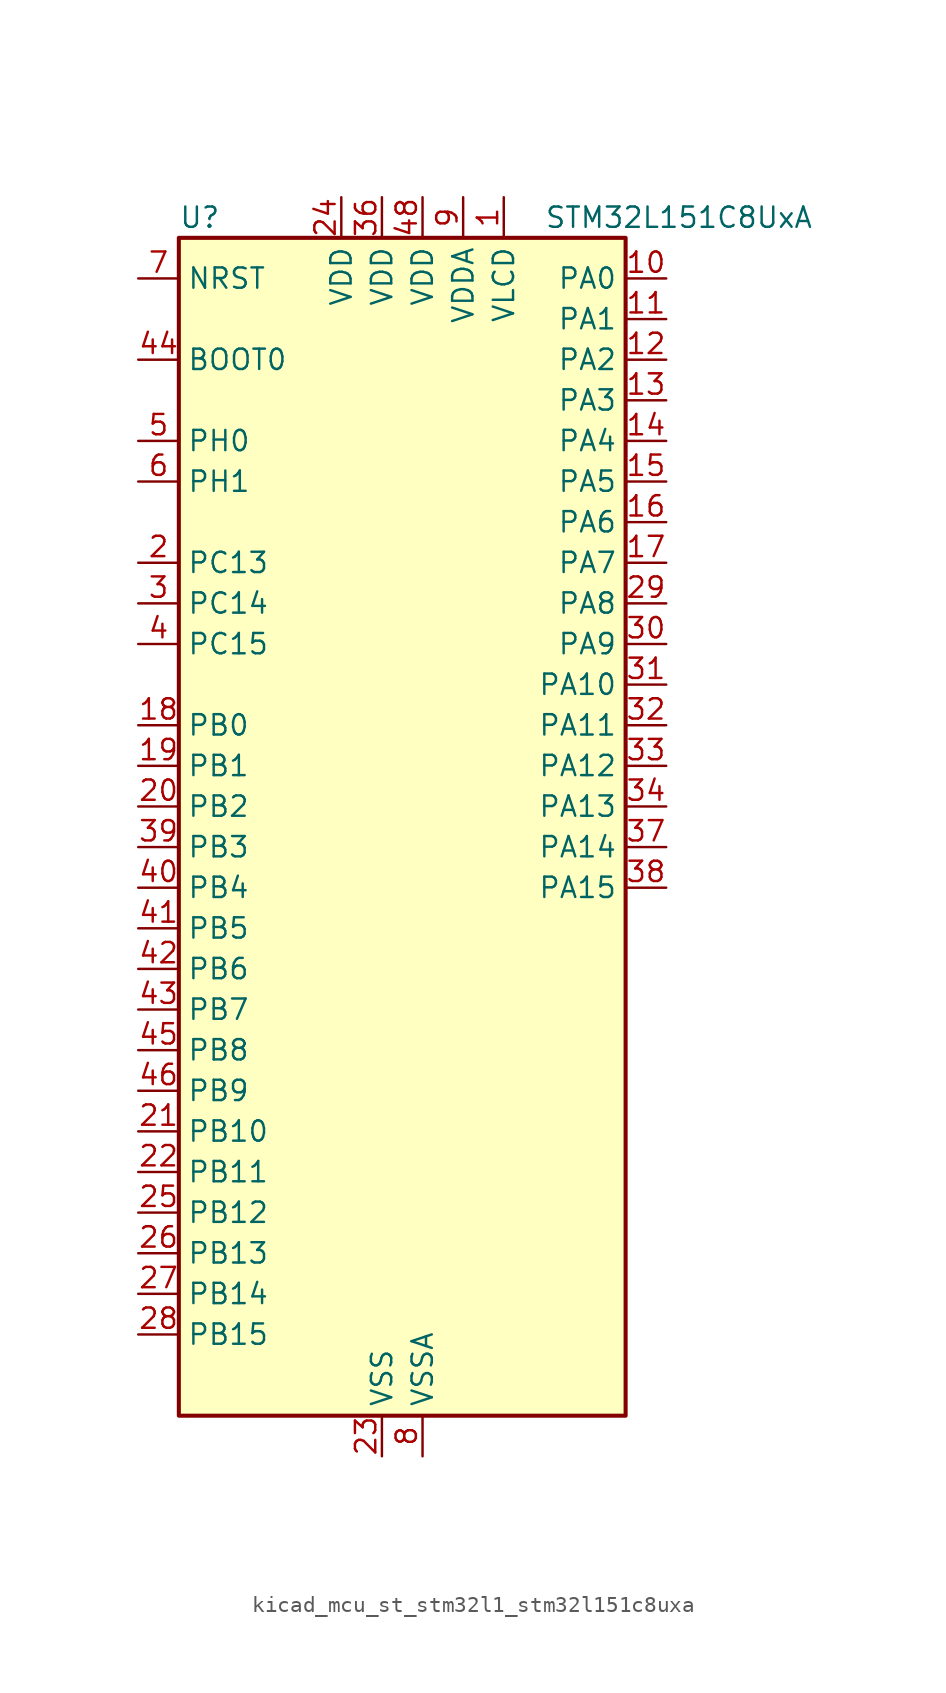
<source format=kicad_sym>
(kicad_symbol_lib
  (version 20220914)
  (generator kicad_symbol_editor)
  (symbol "kicad_mcu_st_stm32l1_stm32l151c8uxa"
    (property "Reference" "U"
      (at -12.7 39.37 0)
      (effects (font (size 1.27 1.27)) (justify left)))
    (property "Value" "STM32L151C8UxA"
      (at 10.16 39.37 0)
      (effects (font (size 1.27 1.27)) (justify left)))
    (property "ki_locked" ""
      (at 0 0 0)
      (effects (font (size 1.27 1.27))))
    (symbol "kicad_mcu_st_stm32l1_stm32l151c8uxa_0_1"
      (rectangle (start -12.7 -35.56) (end 15.24 38.1) (stroke (width 0.254) (type default)) (fill (type background))))
    (symbol "kicad_mcu_st_stm32l1_stm32l151c8uxa_1_1"
      (pin power_in line (at 7.62 40.64 270) (length 2.54) (name "VLCD" (effects (font (size 1.27 1.27)))) (number "1" (effects (font (size 1.27 1.27)))))
      (pin bidirectional line (at 17.78 35.56 180) (length 2.54) (name "PA0" (effects (font (size 1.27 1.27)))) (number "10" (effects (font (size 1.27 1.27)))) (alternate "ADC_IN0" bidirectional line) (alternate "COMP1_INP" bidirectional line) (alternate "RTC_TAMP2" bidirectional line) (alternate "SYS_WKUP1" bidirectional line) (alternate "TIM2_CH1" bidirectional line) (alternate "TIM2_ETR" bidirectional line) (alternate "TIMX_IC1" bidirectional line) (alternate "TS_G1_IO1" bidirectional line) (alternate "USART2_CTS" bidirectional line))
      (pin bidirectional line (at 17.78 33.02 180) (length 2.54) (name "PA1" (effects (font (size 1.27 1.27)))) (number "11" (effects (font (size 1.27 1.27)))) (alternate "ADC_IN1" bidirectional line) (alternate "COMP1_INP" bidirectional line) (alternate "TIM2_CH2" bidirectional line) (alternate "TIMX_IC2" bidirectional line) (alternate "TS_G1_IO2" bidirectional line) (alternate "USART2_RTS" bidirectional line))
      (pin bidirectional line (at 17.78 30.48 180) (length 2.54) (name "PA2" (effects (font (size 1.27 1.27)))) (number "12" (effects (font (size 1.27 1.27)))) (alternate "ADC_IN2" bidirectional line) (alternate "COMP1_INP" bidirectional line) (alternate "TIM2_CH3" bidirectional line) (alternate "TIM9_CH1" bidirectional line) (alternate "TIMX_IC3" bidirectional line) (alternate "TS_G1_IO3" bidirectional line) (alternate "USART2_TX" bidirectional line))
      (pin bidirectional line (at 17.78 27.94 180) (length 2.54) (name "PA3" (effects (font (size 1.27 1.27)))) (number "13" (effects (font (size 1.27 1.27)))) (alternate "ADC_IN3" bidirectional line) (alternate "COMP1_INP" bidirectional line) (alternate "TIM2_CH4" bidirectional line) (alternate "TIM9_CH2" bidirectional line) (alternate "TIMX_IC4" bidirectional line) (alternate "TS_G1_IO4" bidirectional line) (alternate "USART2_RX" bidirectional line))
      (pin bidirectional line (at 17.78 25.4 180) (length 2.54) (name "PA4" (effects (font (size 1.27 1.27)))) (number "14" (effects (font (size 1.27 1.27)))) (alternate "ADC_IN4" bidirectional line) (alternate "COMP1_INP" bidirectional line) (alternate "DAC_OUT1" bidirectional line) (alternate "SPI1_NSS" bidirectional line) (alternate "TIMX_IC1" bidirectional line) (alternate "USART2_CK" bidirectional line))
      (pin bidirectional line (at 17.78 22.86 180) (length 2.54) (name "PA5" (effects (font (size 1.27 1.27)))) (number "15" (effects (font (size 1.27 1.27)))) (alternate "ADC_IN5" bidirectional line) (alternate "COMP1_INP" bidirectional line) (alternate "DAC_OUT2" bidirectional line) (alternate "SPI1_SCK" bidirectional line) (alternate "TIM2_CH1" bidirectional line) (alternate "TIM2_ETR" bidirectional line) (alternate "TIMX_IC2" bidirectional line))
      (pin bidirectional line (at 17.78 20.32 180) (length 2.54) (name "PA6" (effects (font (size 1.27 1.27)))) (number "16" (effects (font (size 1.27 1.27)))) (alternate "ADC_IN6" bidirectional line) (alternate "COMP1_INP" bidirectional line) (alternate "SPI1_MISO" bidirectional line) (alternate "TIM10_CH1" bidirectional line) (alternate "TIM3_CH1" bidirectional line) (alternate "TIMX_IC3" bidirectional line) (alternate "TS_G2_IO1" bidirectional line))
      (pin bidirectional line (at 17.78 17.78 180) (length 2.54) (name "PA7" (effects (font (size 1.27 1.27)))) (number "17" (effects (font (size 1.27 1.27)))) (alternate "ADC_IN7" bidirectional line) (alternate "COMP1_INP" bidirectional line) (alternate "SPI1_MOSI" bidirectional line) (alternate "TIM11_CH1" bidirectional line) (alternate "TIM3_CH2" bidirectional line) (alternate "TIMX_IC4" bidirectional line) (alternate "TS_G2_IO2" bidirectional line))
      (pin bidirectional line (at -15.24 7.62 0) (length 2.54) (name "PB0" (effects (font (size 1.27 1.27)))) (number "18" (effects (font (size 1.27 1.27)))) (alternate "ADC_IN8" bidirectional line) (alternate "COMP1_INP" bidirectional line) (alternate "SYS_V_REF_OUT" bidirectional line) (alternate "TIM3_CH3" bidirectional line) (alternate "TS_G3_IO1" bidirectional line))
      (pin bidirectional line (at -15.24 5.08 0) (length 2.54) (name "PB1" (effects (font (size 1.27 1.27)))) (number "19" (effects (font (size 1.27 1.27)))) (alternate "ADC_IN9" bidirectional line) (alternate "COMP1_INP" bidirectional line) (alternate "SYS_V_REF_OUT" bidirectional line) (alternate "TIM3_CH4" bidirectional line) (alternate "TS_G3_IO2" bidirectional line))
      (pin bidirectional line (at -15.24 17.78 0) (length 2.54) (name "PC13" (effects (font (size 1.27 1.27)))) (number "2" (effects (font (size 1.27 1.27)))) (alternate "RTC_OUT_ALARM" bidirectional line) (alternate "RTC_OUT_CALIB" bidirectional line) (alternate "RTC_TAMP1" bidirectional line) (alternate "RTC_TS" bidirectional line) (alternate "SYS_WKUP2" bidirectional line) (alternate "TIMX_IC2" bidirectional line))
      (pin bidirectional line (at -15.24 2.54 0) (length 2.54) (name "PB2" (effects (font (size 1.27 1.27)))) (number "20" (effects (font (size 1.27 1.27)))) (alternate "TS_G3_IO3" bidirectional line))
      (pin bidirectional line (at -15.24 -17.78 0) (length 2.54) (name "PB10" (effects (font (size 1.27 1.27)))) (number "21" (effects (font (size 1.27 1.27)))) (alternate "I2C2_SCL" bidirectional line) (alternate "TIM2_CH3" bidirectional line) (alternate "USART3_TX" bidirectional line))
      (pin bidirectional line (at -15.24 -20.32 0) (length 2.54) (name "PB11" (effects (font (size 1.27 1.27)))) (number "22" (effects (font (size 1.27 1.27)))) (alternate "ADC_EXTI11" bidirectional line) (alternate "I2C2_SDA" bidirectional line) (alternate "TIM2_CH4" bidirectional line) (alternate "USART3_RX" bidirectional line))
      (pin power_in line (at 0 -38.1 90) (length 2.54) (name "VSS" (effects (font (size 1.27 1.27)))) (number "23" (effects (font (size 1.27 1.27)))))
      (pin power_in line (at -2.54 40.64 270) (length 2.54) (name "VDD" (effects (font (size 1.27 1.27)))) (number "24" (effects (font (size 1.27 1.27)))))
      (pin bidirectional line (at -15.24 -22.86 0) (length 2.54) (name "PB12" (effects (font (size 1.27 1.27)))) (number "25" (effects (font (size 1.27 1.27)))) (alternate "ADC_IN18" bidirectional line) (alternate "COMP1_INP" bidirectional line) (alternate "I2C2_SMBA" bidirectional line) (alternate "SPI2_NSS" bidirectional line) (alternate "TIM10_CH1" bidirectional line) (alternate "TS_G7_IO1" bidirectional line) (alternate "USART3_CK" bidirectional line))
      (pin bidirectional line (at -15.24 -25.4 0) (length 2.54) (name "PB13" (effects (font (size 1.27 1.27)))) (number "26" (effects (font (size 1.27 1.27)))) (alternate "ADC_IN19" bidirectional line) (alternate "COMP1_INP" bidirectional line) (alternate "SPI2_SCK" bidirectional line) (alternate "TIM9_CH1" bidirectional line) (alternate "TS_G7_IO2" bidirectional line) (alternate "USART3_CTS" bidirectional line))
      (pin bidirectional line (at -15.24 -27.94 0) (length 2.54) (name "PB14" (effects (font (size 1.27 1.27)))) (number "27" (effects (font (size 1.27 1.27)))) (alternate "ADC_IN20" bidirectional line) (alternate "COMP1_INP" bidirectional line) (alternate "SPI2_MISO" bidirectional line) (alternate "TIM9_CH2" bidirectional line) (alternate "TS_G7_IO3" bidirectional line) (alternate "USART3_RTS" bidirectional line))
      (pin bidirectional line (at -15.24 -30.48 0) (length 2.54) (name "PB15" (effects (font (size 1.27 1.27)))) (number "28" (effects (font (size 1.27 1.27)))) (alternate "ADC_EXTI15" bidirectional line) (alternate "ADC_IN21" bidirectional line) (alternate "COMP1_INP" bidirectional line) (alternate "RTC_REFIN" bidirectional line) (alternate "SPI2_MOSI" bidirectional line) (alternate "TIM11_CH1" bidirectional line) (alternate "TS_G7_IO4" bidirectional line))
      (pin bidirectional line (at 17.78 15.24 180) (length 2.54) (name "PA8" (effects (font (size 1.27 1.27)))) (number "29" (effects (font (size 1.27 1.27)))) (alternate "RCC_MCO" bidirectional line) (alternate "TIMX_IC1" bidirectional line) (alternate "TS_G4_IO1" bidirectional line) (alternate "USART1_CK" bidirectional line))
      (pin bidirectional line (at -15.24 15.24 0) (length 2.54) (name "PC14" (effects (font (size 1.27 1.27)))) (number "3" (effects (font (size 1.27 1.27)))) (alternate "RCC_OSC32_IN" bidirectional line) (alternate "TIMX_IC3" bidirectional line))
      (pin bidirectional line (at 17.78 12.7 180) (length 2.54) (name "PA9" (effects (font (size 1.27 1.27)))) (number "30" (effects (font (size 1.27 1.27)))) (alternate "DAC_EXTI9" bidirectional line) (alternate "TIMX_IC2" bidirectional line) (alternate "TS_G4_IO2" bidirectional line) (alternate "USART1_TX" bidirectional line))
      (pin bidirectional line (at 17.78 10.16 180) (length 2.54) (name "PA10" (effects (font (size 1.27 1.27)))) (number "31" (effects (font (size 1.27 1.27)))) (alternate "TIMX_IC3" bidirectional line) (alternate "TS_G4_IO3" bidirectional line) (alternate "USART1_RX" bidirectional line))
      (pin bidirectional line (at 17.78 7.62 180) (length 2.54) (name "PA11" (effects (font (size 1.27 1.27)))) (number "32" (effects (font (size 1.27 1.27)))) (alternate "ADC_EXTI11" bidirectional line) (alternate "SPI1_MISO" bidirectional line) (alternate "TIMX_IC4" bidirectional line) (alternate "USART1_CTS" bidirectional line) (alternate "USB_DM" bidirectional line))
      (pin bidirectional line (at 17.78 5.08 180) (length 2.54) (name "PA12" (effects (font (size 1.27 1.27)))) (number "33" (effects (font (size 1.27 1.27)))) (alternate "SPI1_MOSI" bidirectional line) (alternate "TIMX_IC1" bidirectional line) (alternate "USART1_RTS" bidirectional line) (alternate "USB_DP" bidirectional line))
      (pin bidirectional line (at 17.78 2.54 180) (length 2.54) (name "PA13" (effects (font (size 1.27 1.27)))) (number "34" (effects (font (size 1.27 1.27)))) (alternate "SYS_JTMS-SWDIO" bidirectional line) (alternate "TIMX_IC2" bidirectional line) (alternate "TS_G5_IO1" bidirectional line))
      (pin passive line (at 0 -38.1 90) (length 2.54) hide (name "VSS" (effects (font (size 1.27 1.27)))) (number "35" (effects (font (size 1.27 1.27)))))
      (pin power_in line (at 0 40.64 270) (length 2.54) (name "VDD" (effects (font (size 1.27 1.27)))) (number "36" (effects (font (size 1.27 1.27)))))
      (pin bidirectional line (at 17.78 0 180) (length 2.54) (name "PA14" (effects (font (size 1.27 1.27)))) (number "37" (effects (font (size 1.27 1.27)))) (alternate "SYS_JTCK-SWCLK" bidirectional line) (alternate "TIMX_IC3" bidirectional line) (alternate "TS_G5_IO2" bidirectional line))
      (pin bidirectional line (at 17.78 -2.54 180) (length 2.54) (name "PA15" (effects (font (size 1.27 1.27)))) (number "38" (effects (font (size 1.27 1.27)))) (alternate "ADC_EXTI15" bidirectional line) (alternate "SPI1_NSS" bidirectional line) (alternate "SYS_JTDI" bidirectional line) (alternate "TIM2_CH1" bidirectional line) (alternate "TIM2_ETR" bidirectional line) (alternate "TIMX_IC4" bidirectional line) (alternate "TS_G5_IO3" bidirectional line))
      (pin bidirectional line (at -15.24 0 0) (length 2.54) (name "PB3" (effects (font (size 1.27 1.27)))) (number "39" (effects (font (size 1.27 1.27)))) (alternate "COMP2_INM" bidirectional line) (alternate "SPI1_SCK" bidirectional line) (alternate "SYS_JTDO-TRACESWO" bidirectional line) (alternate "TIM2_CH2" bidirectional line))
      (pin bidirectional line (at -15.24 12.7 0) (length 2.54) (name "PC15" (effects (font (size 1.27 1.27)))) (number "4" (effects (font (size 1.27 1.27)))) (alternate "ADC_EXTI15" bidirectional line) (alternate "RCC_OSC32_OUT" bidirectional line) (alternate "TIMX_IC4" bidirectional line))
      (pin bidirectional line (at -15.24 -2.54 0) (length 2.54) (name "PB4" (effects (font (size 1.27 1.27)))) (number "40" (effects (font (size 1.27 1.27)))) (alternate "COMP2_INP" bidirectional line) (alternate "SPI1_MISO" bidirectional line) (alternate "SYS_JTRST" bidirectional line) (alternate "TIM3_CH1" bidirectional line) (alternate "TS_G6_IO1" bidirectional line))
      (pin bidirectional line (at -15.24 -5.08 0) (length 2.54) (name "PB5" (effects (font (size 1.27 1.27)))) (number "41" (effects (font (size 1.27 1.27)))) (alternate "COMP2_INP" bidirectional line) (alternate "I2C1_SMBA" bidirectional line) (alternate "SPI1_MOSI" bidirectional line) (alternate "TIM3_CH2" bidirectional line) (alternate "TS_G6_IO2" bidirectional line))
      (pin bidirectional line (at -15.24 -7.62 0) (length 2.54) (name "PB6" (effects (font (size 1.27 1.27)))) (number "42" (effects (font (size 1.27 1.27)))) (alternate "I2C1_SCL" bidirectional line) (alternate "TIM4_CH1" bidirectional line) (alternate "TS_G6_IO3" bidirectional line) (alternate "USART1_TX" bidirectional line))
      (pin bidirectional line (at -15.24 -10.16 0) (length 2.54) (name "PB7" (effects (font (size 1.27 1.27)))) (number "43" (effects (font (size 1.27 1.27)))) (alternate "I2C1_SDA" bidirectional line) (alternate "SYS_PVD_IN" bidirectional line) (alternate "TIM4_CH2" bidirectional line) (alternate "TS_G6_IO4" bidirectional line) (alternate "USART1_RX" bidirectional line))
      (pin input line (at -15.24 30.48 0) (length 2.54) (name "BOOT0" (effects (font (size 1.27 1.27)))) (number "44" (effects (font (size 1.27 1.27)))))
      (pin bidirectional line (at -15.24 -12.7 0) (length 2.54) (name "PB8" (effects (font (size 1.27 1.27)))) (number "45" (effects (font (size 1.27 1.27)))) (alternate "I2C1_SCL" bidirectional line) (alternate "TIM10_CH1" bidirectional line) (alternate "TIM4_CH3" bidirectional line))
      (pin bidirectional line (at -15.24 -15.24 0) (length 2.54) (name "PB9" (effects (font (size 1.27 1.27)))) (number "46" (effects (font (size 1.27 1.27)))) (alternate "DAC_EXTI9" bidirectional line) (alternate "I2C1_SDA" bidirectional line) (alternate "TIM11_CH1" bidirectional line) (alternate "TIM4_CH4" bidirectional line))
      (pin passive line (at 0 -38.1 90) (length 2.54) hide (name "VSS" (effects (font (size 1.27 1.27)))) (number "47" (effects (font (size 1.27 1.27)))))
      (pin power_in line (at 2.54 40.64 270) (length 2.54) (name "VDD" (effects (font (size 1.27 1.27)))) (number "48" (effects (font (size 1.27 1.27)))))
      (pin passive line (at 0 -38.1 90) (length 2.54) hide (name "VSS" (effects (font (size 1.27 1.27)))) (number "49" (effects (font (size 1.27 1.27)))))
      (pin bidirectional line (at -15.24 25.4 0) (length 2.54) (name "PH0" (effects (font (size 1.27 1.27)))) (number "5" (effects (font (size 1.27 1.27)))) (alternate "RCC_OSC_IN" bidirectional line))
      (pin bidirectional line (at -15.24 22.86 0) (length 2.54) (name "PH1" (effects (font (size 1.27 1.27)))) (number "6" (effects (font (size 1.27 1.27)))) (alternate "RCC_OSC_OUT" bidirectional line))
      (pin input line (at -15.24 35.56 0) (length 2.54) (name "NRST" (effects (font (size 1.27 1.27)))) (number "7" (effects (font (size 1.27 1.27)))))
      (pin power_in line (at 2.54 -38.1 90) (length 2.54) (name "VSSA" (effects (font (size 1.27 1.27)))) (number "8" (effects (font (size 1.27 1.27)))))
      (pin power_in line (at 5.08 40.64 270) (length 2.54) (name "VDDA" (effects (font (size 1.27 1.27)))) (number "9" (effects (font (size 1.27 1.27))))))))
</source>
